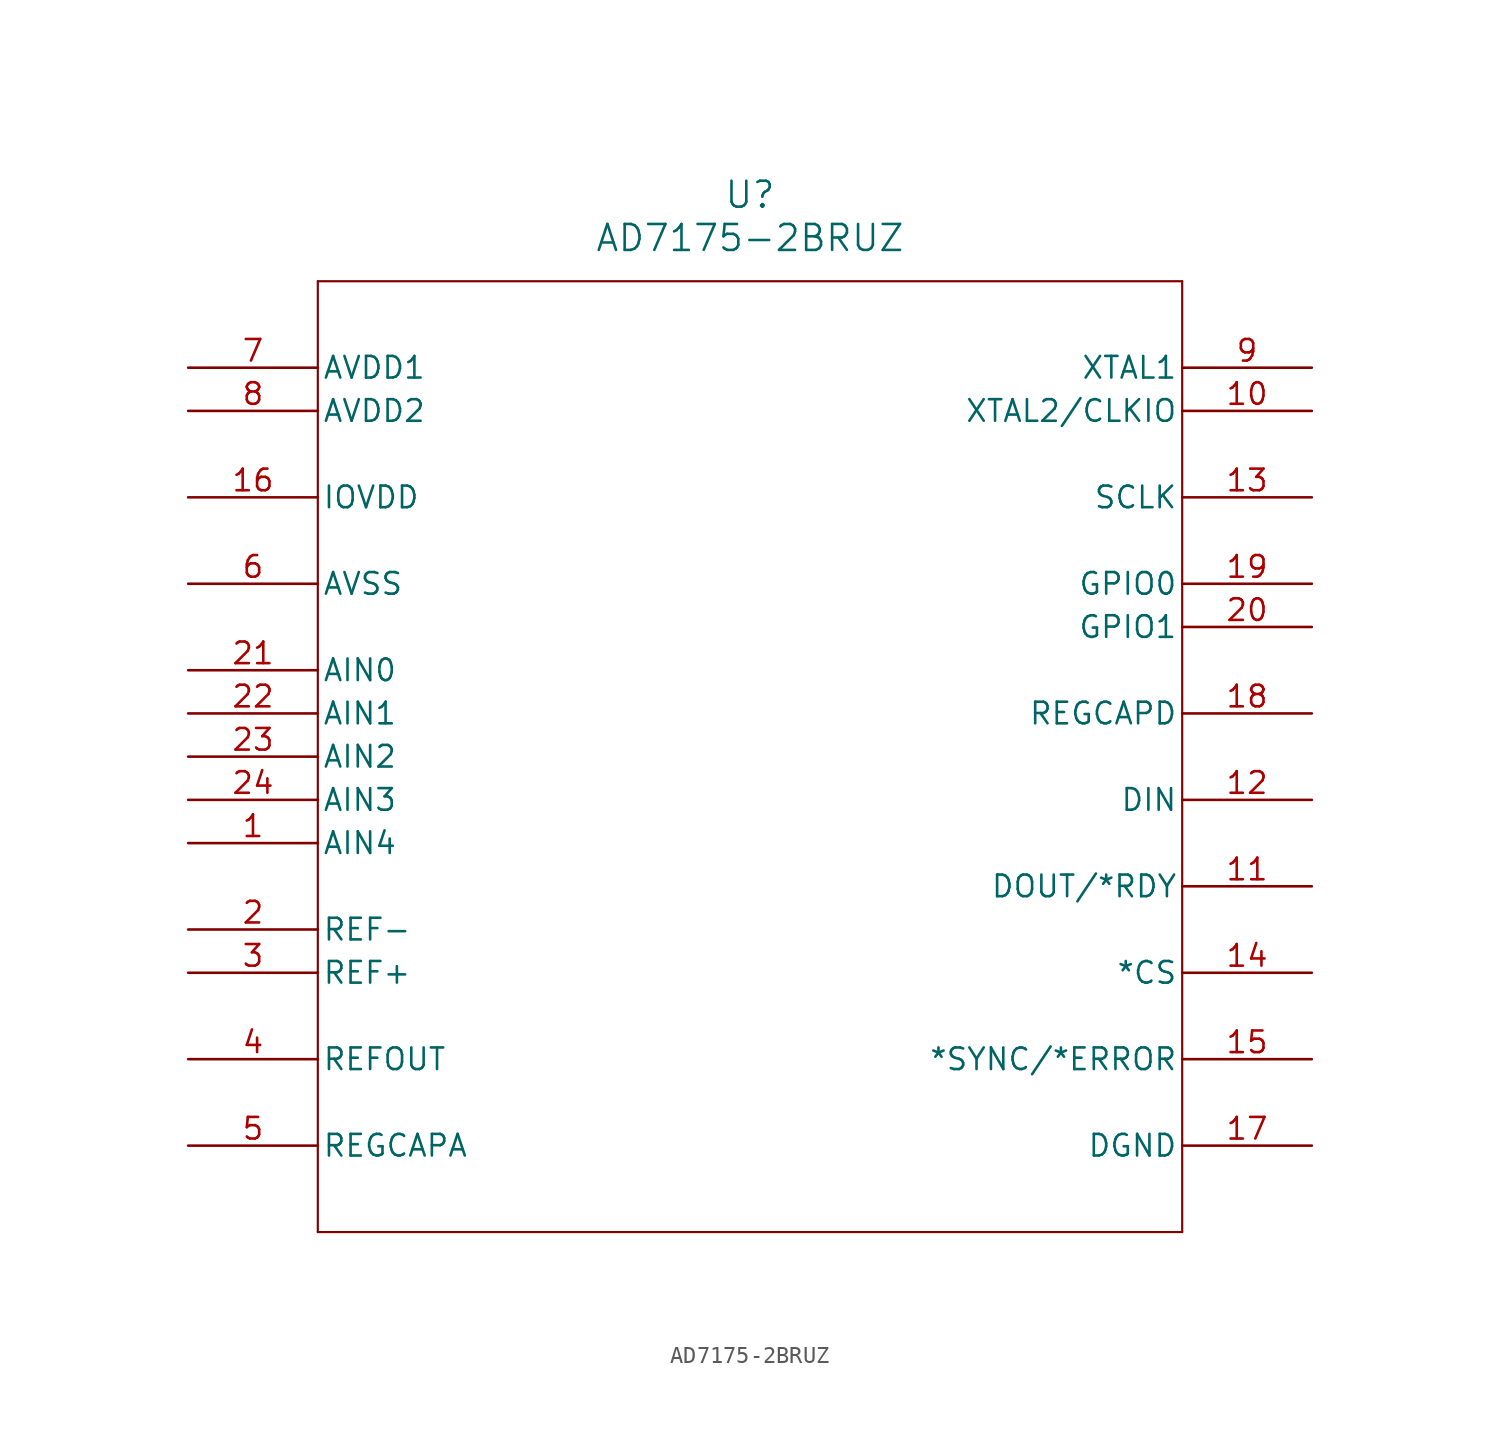
<source format=kicad_sym>
(kicad_symbol_lib
  (version 20231120)
  (generator "kicad_symbol_editor")
  (generator_version "8.0")
  (symbol "AD7175-2BRUZ"
    (pin_names
      (offset 0.254))
    (property "Reference" "U"
      (at 33.02 10.16 0)
      (effects (font (size 1.524 1.524))))
    (property "Value" "AD7175-2BRUZ"
      (at 33.02 7.62 0)
      (effects (font (size 1.524 1.524))))
    (property "ki_locked" ""
      (at 0 0 0)
      (effects (font (size 1.27 1.27))))
    (symbol "AD7175-2BRUZ_0_1"
      (polyline (pts (xy 7.62 -50.8) (xy 58.42 -50.8)) (stroke (width 0.127) (type default)) (fill (type none)))
      (polyline (pts (xy 7.62 5.08) (xy 7.62 -50.8)) (stroke (width 0.127) (type default)) (fill (type none)))
      (polyline (pts (xy 58.42 -50.8) (xy 58.42 5.08)) (stroke (width 0.127) (type default)) (fill (type none)))
      (polyline (pts (xy 58.42 5.08) (xy 7.62 5.08)) (stroke (width 0.127) (type default)) (fill (type none)))
      (pin unspecified line (at 0 -27.94 0) (length 7.62) (name "AIN4" (effects (font (size 1.27 1.27)))) (number "1" (effects (font (size 1.27 1.27)))))
      (pin unspecified line (at 66.04 -2.54 180) (length 7.62) (name "XTAL2/CLKIO" (effects (font (size 1.27 1.27)))) (number "10" (effects (font (size 1.27 1.27)))))
      (pin unspecified line (at 66.04 -30.48 180) (length 7.62) (name "DOUT/*RDY" (effects (font (size 1.27 1.27)))) (number "11" (effects (font (size 1.27 1.27)))))
      (pin unspecified line (at 66.04 -25.4 180) (length 7.62) (name "DIN" (effects (font (size 1.27 1.27)))) (number "12" (effects (font (size 1.27 1.27)))))
      (pin unspecified line (at 66.04 -7.62 180) (length 7.62) (name "SCLK" (effects (font (size 1.27 1.27)))) (number "13" (effects (font (size 1.27 1.27)))))
      (pin unspecified line (at 66.04 -35.56 180) (length 7.62) (name "*CS" (effects (font (size 1.27 1.27)))) (number "14" (effects (font (size 1.27 1.27)))))
      (pin unspecified line (at 66.04 -40.64 180) (length 7.62) (name "*SYNC/*ERROR" (effects (font (size 1.27 1.27)))) (number "15" (effects (font (size 1.27 1.27)))))
      (pin unspecified line (at 0 -7.62 0) (length 7.62) (name "IOVDD" (effects (font (size 1.27 1.27)))) (number "16" (effects (font (size 1.27 1.27)))))
      (pin unspecified line (at 66.04 -45.72 180) (length 7.62) (name "DGND" (effects (font (size 1.27 1.27)))) (number "17" (effects (font (size 1.27 1.27)))))
      (pin unspecified line (at 66.04 -20.32 180) (length 7.62) (name "REGCAPD" (effects (font (size 1.27 1.27)))) (number "18" (effects (font (size 1.27 1.27)))))
      (pin unspecified line (at 66.04 -12.7 180) (length 7.62) (name "GPIO0" (effects (font (size 1.27 1.27)))) (number "19" (effects (font (size 1.27 1.27)))))
      (pin unspecified line (at 0 -33.02 0) (length 7.62) (name "REF-" (effects (font (size 1.27 1.27)))) (number "2" (effects (font (size 1.27 1.27)))))
      (pin unspecified line (at 66.04 -15.24 180) (length 7.62) (name "GPIO1" (effects (font (size 1.27 1.27)))) (number "20" (effects (font (size 1.27 1.27)))))
      (pin unspecified line (at 0 -17.78 0) (length 7.62) (name "AIN0" (effects (font (size 1.27 1.27)))) (number "21" (effects (font (size 1.27 1.27)))))
      (pin unspecified line (at 0 -20.32 0) (length 7.62) (name "AIN1" (effects (font (size 1.27 1.27)))) (number "22" (effects (font (size 1.27 1.27)))))
      (pin unspecified line (at 0 -22.86 0) (length 7.62) (name "AIN2" (effects (font (size 1.27 1.27)))) (number "23" (effects (font (size 1.27 1.27)))))
      (pin unspecified line (at 0 -25.4 0) (length 7.62) (name "AIN3" (effects (font (size 1.27 1.27)))) (number "24" (effects (font (size 1.27 1.27)))))
      (pin unspecified line (at 0 -35.56 0) (length 7.62) (name "REF+" (effects (font (size 1.27 1.27)))) (number "3" (effects (font (size 1.27 1.27)))))
      (pin unspecified line (at 0 -40.64 0) (length 7.62) (name "REFOUT" (effects (font (size 1.27 1.27)))) (number "4" (effects (font (size 1.27 1.27)))))
      (pin unspecified line (at 0 -45.72 0) (length 7.62) (name "REGCAPA" (effects (font (size 1.27 1.27)))) (number "5" (effects (font (size 1.27 1.27)))))
      (pin unspecified line (at 0 -12.7 0) (length 7.62) (name "AVSS" (effects (font (size 1.27 1.27)))) (number "6" (effects (font (size 1.27 1.27)))))
      (pin unspecified line (at 0 0 0) (length 7.62) (name "AVDD1" (effects (font (size 1.27 1.27)))) (number "7" (effects (font (size 1.27 1.27)))))
      (pin unspecified line (at 0 -2.54 0) (length 7.62) (name "AVDD2" (effects (font (size 1.27 1.27)))) (number "8" (effects (font (size 1.27 1.27)))))
      (pin unspecified line (at 66.04 0 180) (length 7.62) (name "XTAL1" (effects (font (size 1.27 1.27)))) (number "9" (effects (font (size 1.27 1.27))))))))
</source>
